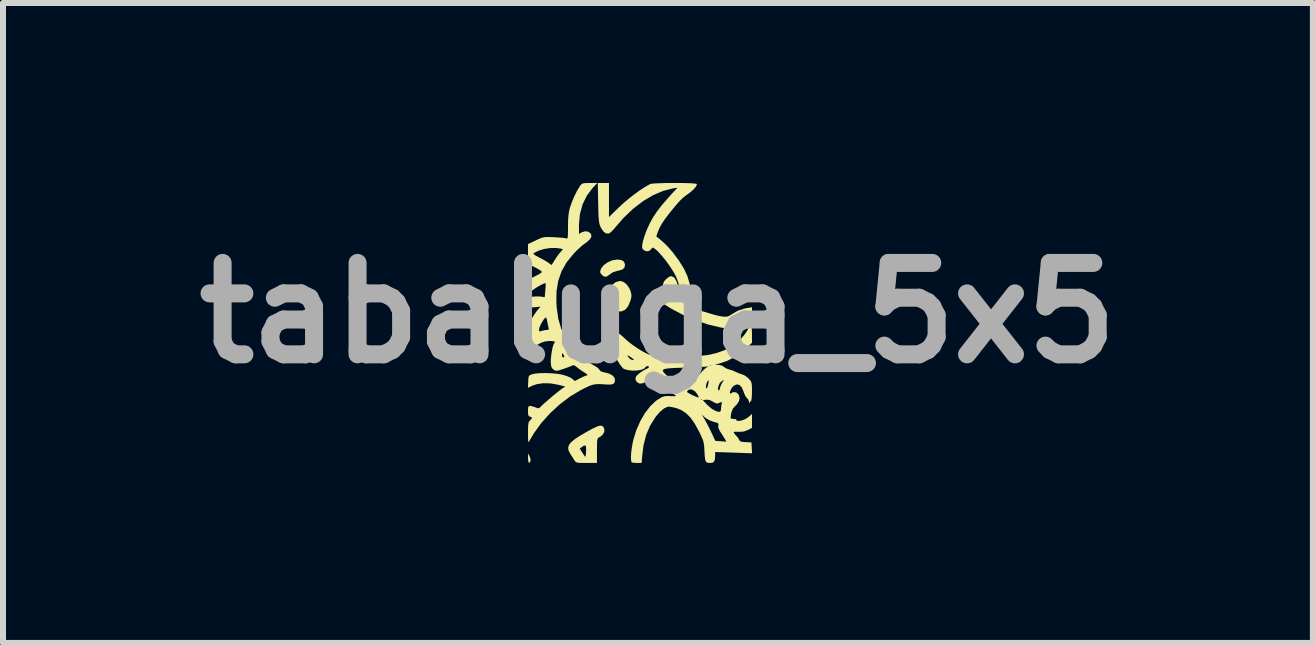
<source format=kicad_pcb>
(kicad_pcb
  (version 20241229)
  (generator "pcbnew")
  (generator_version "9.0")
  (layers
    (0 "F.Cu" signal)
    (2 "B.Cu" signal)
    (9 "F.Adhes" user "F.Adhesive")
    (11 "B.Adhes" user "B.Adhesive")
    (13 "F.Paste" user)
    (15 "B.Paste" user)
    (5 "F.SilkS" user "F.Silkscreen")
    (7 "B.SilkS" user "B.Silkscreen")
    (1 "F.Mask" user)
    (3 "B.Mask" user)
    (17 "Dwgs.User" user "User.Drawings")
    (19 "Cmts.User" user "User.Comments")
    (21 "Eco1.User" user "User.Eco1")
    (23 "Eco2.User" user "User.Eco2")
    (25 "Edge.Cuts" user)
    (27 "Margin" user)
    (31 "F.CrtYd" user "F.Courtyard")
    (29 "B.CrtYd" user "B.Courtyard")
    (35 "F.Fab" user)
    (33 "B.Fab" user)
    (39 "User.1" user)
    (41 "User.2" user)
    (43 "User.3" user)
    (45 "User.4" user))
  (footprint "tabaluga_5x5"
    (layer "F.Cu")
    (at 7.918 2.167)
    (property "Reference" "tabaluga_5x5" (at 0 0 0) (layer "F.Fab") (effects (font (size 1.524 1.524) (thickness 0.3))))
    (attr board_only exclude_from_pos_files exclude_from_bom)
    (fp_poly (pts (xy 1.267 0.275) (xy 1.258 0.283) (xy 1.25 0.275) (xy 1.258 0.267)) (stroke (width 0) (type solid)) (fill yes) (layer "F.SilkS"))
    (fp_poly (pts (xy -2.14 2.388) (xy -2.125 2.431) (xy -2.125 2.467) (xy -2.14 2.497) (xy -2.153 2.496) (xy -2.163 2.468) (xy -2.166 2.421) (xy -2.165 2.342)) (stroke (width 0) (type solid)) (fill yes) (layer "F.SilkS"))
    (fp_poly (pts (xy -0.613 -0.883) (xy -0.569 -0.858) (xy -0.551 -0.814) (xy -0.55 -0.8) (xy -0.56 -0.755) (xy -0.592 -0.725) (xy -0.65 -0.707) (xy -0.67 -0.704) (xy -0.75 -0.679) (xy -0.796 -0.648) (xy -0.845 -0.612) (xy -0.882 -0.603) (xy -0.917 -0.619) (xy -0.933 -0.633) (xy -0.959 -0.665) (xy -0.964 -0.694) (xy -0.949 -0.735) (xy -0.942 -0.75) (xy -0.899 -0.802) (xy -0.835 -0.846) (xy -0.76 -0.878) (xy -0.684 -0.89) (xy -0.684 -0.891)) (stroke (width 0) (type solid)) (fill yes) (layer "F.SilkS"))
    (fp_poly (pts (xy -0.575 -0.518) (xy -0.523 -0.477) (xy -0.48 -0.416) (xy -0.459 -0.37) (xy -0.445 -0.319) (xy -0.442 -0.279) (xy -0.451 -0.232) (xy -0.459 -0.204) (xy -0.496 -0.115) (xy -0.545 -0.055) (xy -0.605 -0.026) (xy -0.673 -0.027) (xy -0.711 -0.04) (xy -0.764 -0.079) (xy -0.801 -0.141) (xy -0.824 -0.231) (xy -0.825 -0.238) (xy -0.826 -0.325) (xy -0.803 -0.404) (xy -0.762 -0.469) (xy -0.705 -0.514) (xy -0.638 -0.533) (xy -0.628 -0.533)) (stroke (width 0) (type solid)) (fill yes) (layer "F.SilkS"))
    (fp_poly (pts (xy -0.939 1.88) (xy -0.916 1.894) (xy -0.898 1.923) (xy -0.897 1.926) (xy -0.892 1.972) (xy -0.914 2.02) (xy -0.957 2.06) (xy -0.976 2.07) (xy -0.993 2.079) (xy -1.004 2.092) (xy -1.011 2.114) (xy -1.015 2.151) (xy -1.016 2.211) (xy -1.017 2.294) (xy -1.017 2.5) (xy -1.191 2.5) (xy -1.269 2.5) (xy -1.321 2.498) (xy -1.353 2.492) (xy -1.373 2.482) (xy -1.386 2.466) (xy -1.394 2.454) (xy -1.422 2.409) (xy -1.455 2.358) (xy -1.461 2.349) (xy -1.488 2.298) (xy -1.496 2.261) (xy -1.304 2.261) (xy -1.259 2.332) (xy -1.233 2.371) (xy -1.214 2.395) (xy -1.209 2.397) (xy -1.205 2.379) (xy -1.2 2.338) (xy -1.198 2.301) (xy -1.198 2.241) (xy -1.208 2.212) (xy -1.229 2.209) (xy -1.264 2.231) (xy -1.304 2.261) (xy -1.496 2.261) (xy -1.498 2.252) (xy -1.487 2.207) (xy -1.454 2.161) (xy -1.397 2.111) (xy -1.313 2.054) (xy -1.201 1.989) (xy -1.179 1.976) (xy -1.088 1.927) (xy -1.021 1.895) (xy -0.973 1.879)) (stroke (width 0) (type solid)) (fill yes) (layer "F.SilkS"))
    (fp_poly (pts (xy 0.412 -2.166) (xy 0.499 -2.164) (xy 0.57 -2.161) (xy 0.622 -2.156) (xy 0.648 -2.151) (xy 0.65 -2.149) (xy 0.636 -2.11) (xy 0.596 -2.062) (xy 0.536 -2.009) (xy 0.501 -1.984) (xy 0.457 -1.952) (xy 0.418 -1.921) (xy 0.379 -1.884) (xy 0.336 -1.838) (xy 0.283 -1.776) (xy 0.216 -1.695) (xy 0.194 -1.667) (xy 0.12 -1.571) (xy 0.065 -1.489) (xy 0.024 -1.414) (xy -0.007 -1.337) (xy -0.008 -1.335) (xy -0.028 -1.276) (xy 0.061 -1.204) (xy 0.116 -1.154) (xy 0.178 -1.09) (xy 0.235 -1.025) (xy 0.241 -1.018) (xy 0.349 -0.873) (xy 0.432 -0.74) (xy 0.491 -0.614) (xy 0.528 -0.488) (xy 0.546 -0.359) (xy 0.549 -0.254) (xy 0.545 -0.094) (xy 0.76 -0.023) (xy 0.849 0.004) (xy 0.935 0.029) (xy 1.01 0.048) (xy 1.063 0.058) (xy 1.067 0.058) (xy 1.124 0.063) (xy 1.164 0.058) (xy 1.203 0.039) (xy 1.225 0.024) (xy 1.331 -0.037) (xy 1.439 -0.073) (xy 1.486 -0.082) (xy 1.567 -0.095) (xy 1.567 0.001) (xy 1.565 0.055) (xy 1.56 0.083) (xy 1.548 0.091) (xy 1.537 0.089) (xy 1.5 0.092) (xy 1.443 0.113) (xy 1.374 0.147) (xy 1.3 0.193) (xy 1.277 0.209) (xy 1.231 0.24) (xy 1.194 0.26) (xy 1.177 0.264) (xy 1.152 0.261) (xy 1.105 0.252) (xy 1.044 0.241) (xy 1.042 0.241) (xy 0.836 0.192) (xy 0.622 0.12) (xy 0.412 0.029) (xy 0.216 -0.075) (xy 0.104 -0.146) (xy 0.026 -0.206) (xy -0.009 -0.242) (xy 0.283 -0.242) (xy 0.292 -0.233) (xy 0.3 -0.242) (xy 0.292 -0.25) (xy 0.283 -0.242) (xy -0.009 -0.242) (xy -0.023 -0.256) (xy -0.044 -0.3) (xy -0.042 -0.333) (xy -0.016 -0.371) (xy 0.027 -0.394) (xy 0.064 -0.396) (xy 0.082 -0.397) (xy 0.088 -0.417) (xy 0.086 -0.449) (xy 0.087 -0.493) (xy 0.104 -0.529) (xy 0.135 -0.563) (xy 0.184 -0.603) (xy 0.223 -0.614) (xy 0.26 -0.597) (xy 0.279 -0.579) (xy 0.306 -0.534) (xy 0.327 -0.469) (xy 0.341 -0.394) (xy 0.345 -0.324) (xy 0.337 -0.27) (xy 0.328 -0.232) (xy 0.335 -0.214) (xy 0.341 -0.211) (xy 0.357 -0.218) (xy 0.369 -0.256) (xy 0.373 -0.277) (xy 0.372 -0.361) (xy 0.353 -0.462) (xy 0.317 -0.569) (xy 0.292 -0.625) (xy 0.251 -0.698) (xy 0.195 -0.783) (xy 0.131 -0.872) (xy 0.065 -0.953) (xy 0.005 -1.019) (xy -0.016 -1.04) (xy -0.058 -1.075) (xy -0.082 -1.089) (xy -0.097 -1.086) (xy -0.103 -1.077) (xy -0.14 -1.037) (xy -0.187 -1.027) (xy -0.228 -1.042) (xy -0.254 -1.063) (xy -0.264 -1.088) (xy -0.263 -1.129) (xy -0.261 -1.148) (xy -0.25 -1.197) (xy -0.23 -1.265) (xy -0.203 -1.343) (xy -0.185 -1.388) (xy -0.138 -1.492) (xy -0.084 -1.59) (xy -0.019 -1.689) (xy 0.063 -1.795) (xy 0.164 -1.912) (xy 0.225 -1.98) (xy 0.325 -2.088) (xy 0.256 -2.078) (xy 0.09 -2.036) (xy -0.08 -1.964) (xy -0.249 -1.864) (xy -0.414 -1.737) (xy -0.572 -1.587) (xy -0.694 -1.447) (xy -0.738 -1.395) (xy -0.779 -1.353) (xy -0.81 -1.328) (xy -0.816 -1.325) (xy -0.865 -1.326) (xy -0.91 -1.359) (xy -0.952 -1.422) (xy -0.955 -1.431) (xy -0.968 -1.461) (xy -0.977 -1.493) (xy -0.984 -1.533) (xy -0.989 -1.586) (xy -0.993 -1.658) (xy -0.995 -1.753) (xy -0.997 -1.837) (xy -1.003 -2.167) (xy -0.817 -2.167) (xy -0.817 -1.599) (xy -0.654 -1.758) (xy -0.579 -1.828) (xy -0.492 -1.901) (xy -0.401 -1.973) (xy -0.31 -2.039) (xy -0.227 -2.094) (xy -0.158 -2.134) (xy -0.124 -2.151) (xy -0.094 -2.156) (xy -0.039 -2.16) (xy 0.035 -2.163) (xy 0.123 -2.166) (xy 0.219 -2.167) (xy 0.317 -2.167)) (stroke (width 0) (type solid)) (fill yes) (layer "F.SilkS"))
    (fp_poly (pts (xy -1.088 -2.085) (xy -1.185 -1.957) (xy -1.257 -1.81) (xy -1.301 -1.648) (xy -1.317 -1.474) (xy -1.317 -1.469) (xy -1.317 -1.318) (xy -1.27 -1.345) (xy -1.214 -1.362) (xy -1.161 -1.355) (xy -1.121 -1.324) (xy -1.116 -1.315) (xy -1.109 -1.274) (xy -1.133 -1.23) (xy -1.187 -1.18) (xy -1.222 -1.156) (xy -1.266 -1.122) (xy -1.323 -1.071) (xy -1.383 -1.012) (xy -1.412 -0.981) (xy -1.524 -0.842) (xy -1.607 -0.695) (xy -1.662 -0.537) (xy -1.691 -0.364) (xy -1.694 -0.173) (xy -1.688 -0.086) (xy -1.661 0.1) (xy -1.612 0.266) (xy -1.539 0.42) (xy -1.439 0.569) (xy -1.407 0.609) (xy -1.343 0.676) (xy -1.259 0.748) (xy -1.166 0.815) (xy -1.077 0.87) (xy -1.064 0.876) (xy -1.017 0.905) (xy -0.984 0.934) (xy -0.976 0.948) (xy -0.953 0.973) (xy -0.904 0.989) (xy -0.895 0.99) (xy -0.814 1.011) (xy -0.755 1.044) (xy -0.722 1.086) (xy -0.717 1.114) (xy -0.721 1.153) (xy -0.738 1.178) (xy -0.771 1.191) (xy -0.828 1.194) (xy -0.906 1.189) (xy -0.977 1.185) (xy -1.034 1.187) (xy -1.086 1.196) (xy -1.143 1.216) (xy -1.212 1.248) (xy -1.288 1.286) (xy -1.463 1.391) (xy -1.635 1.521) (xy -1.797 1.67) (xy -1.943 1.832) (xy -2.066 2.001) (xy -2.139 2.125) (xy -2.151 2.146) (xy -2.158 2.151) (xy -2.163 2.138) (xy -2.165 2.102) (xy -2.166 2.039) (xy -2.166 1.998) (xy -2.166 1.918) (xy -2.163 1.864) (xy -2.157 1.829) (xy -2.147 1.806) (xy -2.133 1.792) (xy -2.109 1.765) (xy -2.1 1.749) (xy -2.114 1.736) (xy -2.133 1.729) (xy -2.154 1.718) (xy -2.164 1.693) (xy -2.167 1.646) (xy -2.167 1.635) (xy -2.165 1.584) (xy -2.158 1.559) (xy -2.142 1.55) (xy -2.133 1.55) (xy -2.095 1.556) (xy -2.047 1.572) (xy -2.042 1.574) (xy -2.003 1.588) (xy -1.979 1.585) (xy -1.956 1.564) (xy -1.955 1.563) (xy -1.926 1.534) (xy -1.877 1.49) (xy -1.816 1.437) (xy -1.751 1.382) (xy -1.688 1.33) (xy -1.633 1.287) (xy -1.596 1.259) (xy -1.594 1.258) (xy -1.545 1.227) (xy -1.669 1.195) (xy -1.791 1.174) (xy -1.912 1.171) (xy -2.021 1.187) (xy -2.097 1.213) (xy -2.168 1.248) (xy -2.163 1.145) (xy -2.16 1.088) (xy -2.153 1.055) (xy -2.137 1.037) (xy -2.109 1.025) (xy -2.1 1.022) (xy -2.042 1.01) (xy -1.96 1.003) (xy -1.864 1.002) (xy -1.765 1.006) (xy -1.671 1.015) (xy -1.601 1.027) (xy -1.526 1.049) (xy -1.463 1.075) (xy -1.434 1.094) (xy -1.386 1.134) (xy -1.312 1.095) (xy -1.26 1.069) (xy -1.214 1.05) (xy -1.198 1.045) (xy -1.178 1.038) (xy -1.177 1.028) (xy -1.198 1.01) (xy -1.242 0.982) (xy -1.295 0.947) (xy -1.342 0.912) (xy -1.363 0.895) (xy -1.397 0.871) (xy -1.425 0.874) (xy -1.43 0.876) (xy -1.459 0.89) (xy -1.51 0.909) (xy -1.571 0.931) (xy -1.577 0.933) (xy -1.639 0.953) (xy -1.678 0.962) (xy -1.705 0.962) (xy -1.727 0.953) (xy -1.739 0.945) (xy -1.765 0.922) (xy -1.78 0.889) (xy -1.786 0.836) (xy -1.787 0.829) (xy -1.786 0.771) (xy -1.779 0.705) (xy -1.6 0.705) (xy -1.595 0.736) (xy -1.577 0.74) (xy -1.575 0.739) (xy -1.558 0.726) (xy -1.569 0.704) (xy -1.57 0.702) (xy -1.589 0.677) (xy -1.595 0.668) (xy -1.599 0.677) (xy -1.6 0.705) (xy -1.779 0.705) (xy -1.779 0.702) (xy -1.768 0.631) (xy -1.755 0.569) (xy -1.74 0.524) (xy -1.732 0.509) (xy -1.718 0.487) (xy -1.73 0.473) (xy -1.771 0.467) (xy -1.805 0.467) (xy -1.879 0.474) (xy -1.952 0.498) (xy -2.033 0.543) (xy -2.043 0.549) (xy -2.092 0.563) (xy -2.122 0.56) (xy -2.167 0.549) (xy -2.167 0.275) (xy -1.983 0.275) (xy -1.98 0.303) (xy -1.963 0.307) (xy -1.941 0.3) (xy -1.891 0.287) (xy -1.855 0.283) (xy -1.825 0.279) (xy -1.82 0.26) (xy -1.824 0.246) (xy -1.834 0.204) (xy -1.844 0.151) (xy -1.845 0.145) (xy -1.854 0.103) (xy -1.865 0.077) (xy -1.867 0.075) (xy -1.883 0.082) (xy -1.907 0.112) (xy -1.934 0.155) (xy -1.959 0.202) (xy -1.977 0.246) (xy -1.983 0.275) (xy -2.167 0.275) (xy -2.167 0.189) (xy -2.098 0.082) (xy -2.06 0.024) (xy -2.023 -0.029) (xy -1.995 -0.064) (xy -1.994 -0.065) (xy -1.958 -0.105) (xy -2.062 -0.096) (xy -2.167 -0.086) (xy -2.167 -0.262) (xy -2.084 -0.272) (xy -2.022 -0.276) (xy -1.963 -0.274) (xy -1.945 -0.272) (xy -1.888 -0.263) (xy -1.878 -0.376) (xy -1.873 -0.434) (xy -1.872 -0.477) (xy -1.874 -0.496) (xy -1.874 -0.496) (xy -1.893 -0.494) (xy -1.931 -0.477) (xy -1.98 -0.451) (xy -2.033 -0.42) (xy -2.081 -0.387) (xy -2.113 -0.361) (xy -2.168 -0.309) (xy -2.163 -0.433) (xy -2.158 -0.558) (xy -2.037 -0.618) (xy -1.979 -0.648) (xy -1.945 -0.67) (xy -1.938 -0.688) (xy -1.958 -0.709) (xy -2.006 -0.737) (xy -2.062 -0.766) (xy -2.167 -0.82) (xy -2.167 -0.989) (xy -2.078 -0.989) (xy -2.066 -0.975) (xy -2.031 -0.952) (xy -1.981 -0.925) (xy -1.981 -0.925) (xy -1.919 -0.893) (xy -1.862 -0.86) (xy -1.828 -0.838) (xy -1.794 -0.813) (xy -1.775 -0.801) (xy -1.773 -0.8) (xy -1.764 -0.813) (xy -1.743 -0.847) (xy -1.725 -0.876) (xy -1.688 -0.933) (xy -1.647 -0.989) (xy -1.632 -1.007) (xy -1.583 -1.063) (xy -1.621 -1.073) (xy -1.702 -1.084) (xy -1.798 -1.082) (xy -1.896 -1.067) (xy -1.976 -1.043) (xy -2.027 -1.021) (xy -2.064 -1.001) (xy -2.078 -0.989) (xy -2.167 -0.989) (xy -2.167 -1.148) (xy -2.038 -1.209) (xy -1.98 -1.236) (xy -1.936 -1.254) (xy -1.895 -1.263) (xy -1.848 -1.266) (xy -1.783 -1.265) (xy -1.734 -1.263) (xy -1.658 -1.258) (xy -1.593 -1.253) (xy -1.546 -1.247) (xy -1.529 -1.243) (xy -1.517 -1.24) (xy -1.509 -1.247) (xy -1.504 -1.269) (xy -1.501 -1.312) (xy -1.5 -1.38) (xy -1.5 -1.436) (xy -1.498 -1.55) (xy -1.491 -1.639) (xy -1.478 -1.714) (xy -1.469 -1.75) (xy -1.436 -1.846) (xy -1.393 -1.948) (xy -1.346 -2.042) (xy -1.301 -2.115) (xy -1.281 -2.141) (xy -1.26 -2.157) (xy -1.229 -2.164) (xy -1.179 -2.166) (xy -1.138 -2.167) (xy -1.012 -2.167)) (stroke (width 0) (type solid)) (fill yes) (layer "F.SilkS"))
    (fp_poly (pts (xy 1.555 0.218) (xy 1.563 0.26) (xy 1.567 0.335) (xy 1.567 0.349) (xy 1.567 0.496) (xy 1.45 0.606) (xy 1.308 0.718) (xy 1.152 0.8) (xy 1.025 0.842) (xy 0.942 0.864) (xy 1.004 0.865) (xy 1.062 0.876) (xy 1.098 0.898) (xy 1.137 0.924) (xy 1.186 0.942) (xy 1.24 0.958) (xy 1.296 0.982) (xy 1.3 0.984) (xy 1.353 1.007) (xy 1.403 1.024) (xy 1.407 1.025) (xy 1.449 1.044) (xy 1.495 1.078) (xy 1.512 1.094) (xy 1.537 1.122) (xy 1.553 1.148) (xy 1.562 1.178) (xy 1.566 1.223) (xy 1.567 1.29) (xy 1.567 1.31) (xy 1.565 1.377) (xy 1.561 1.43) (xy 1.555 1.462) (xy 1.551 1.467) (xy 1.535 1.48) (xy 1.528 1.496) (xy 1.522 1.508) (xy 1.519 1.487) (xy 1.519 1.483) (xy 1.505 1.443) (xy 1.485 1.421) (xy 1.463 1.395) (xy 1.44 1.348) (xy 1.426 1.308) (xy 1.396 1.239) (xy 1.357 1.199) (xy 1.312 1.191) (xy 1.264 1.213) (xy 1.233 1.246) (xy 1.213 1.279) (xy 1.202 1.312) (xy 1.199 1.337) (xy 1.207 1.345) (xy 1.22 1.337) (xy 1.26 1.318) (xy 1.304 1.325) (xy 1.341 1.356) (xy 1.343 1.358) (xy 1.361 1.414) (xy 1.349 1.473) (xy 1.309 1.531) (xy 1.292 1.546) (xy 1.247 1.597) (xy 1.222 1.665) (xy 1.221 1.67) (xy 1.213 1.718) (xy 1.211 1.75) (xy 1.213 1.758) (xy 1.235 1.764) (xy 1.27 1.767) (xy 1.302 1.771) (xy 1.308 1.783) (xy 1.312 1.796) (xy 1.339 1.8) (xy 1.38 1.795) (xy 1.426 1.782) (xy 1.438 1.777) (xy 1.488 1.75) (xy 1.529 1.718) (xy 1.567 1.682) (xy 1.567 1.916) (xy 1.498 1.951) (xy 1.431 1.976) (xy 1.357 1.981) (xy 1.341 1.981) (xy 1.291 1.979) (xy 1.267 1.982) (xy 1.264 1.993) (xy 1.267 2.001) (xy 1.292 2.034) (xy 1.309 2.051) (xy 1.338 2.085) (xy 1.351 2.111) (xy 1.364 2.133) (xy 1.388 2.145) (xy 1.433 2.152) (xy 1.462 2.153) (xy 1.558 2.158) (xy 1.563 2.248) (xy 1.569 2.339) (xy 1.261 2.328) (xy 0.953 2.318) (xy 0.953 2.374) (xy 0.949 2.439) (xy 0.935 2.478) (xy 0.906 2.496) (xy 0.867 2.5) (xy 0.832 2.498) (xy 0.808 2.488) (xy 0.793 2.466) (xy 0.783 2.424) (xy 0.778 2.359) (xy 0.774 2.292) (xy 0.77 2.224) (xy 0.763 2.171) (xy 0.751 2.123) (xy 0.729 2.07) (xy 0.696 2) (xy 0.683 1.973) (xy 0.612 1.844) (xy 0.541 1.743) (xy 0.489 1.692) (xy 0.726 1.692) (xy 0.764 1.75) (xy 0.788 1.79) (xy 0.82 1.851) (xy 0.857 1.923) (xy 0.88 1.97) (xy 0.956 2.132) (xy 1.041 2.138) (xy 1.091 2.142) (xy 1.128 2.145) (xy 1.138 2.147) (xy 1.135 2.136) (xy 1.117 2.103) (xy 1.087 2.055) (xy 1.073 2.034) (xy 1.032 1.969) (xy 1.01 1.923) (xy 1.004 1.89) (xy 1.006 1.877) (xy 1.009 1.853) (xy 0.999 1.837) (xy 0.967 1.825) (xy 0.931 1.816) (xy 0.86 1.79) (xy 0.796 1.752) (xy 0.786 1.744) (xy 0.726 1.692) (xy 0.489 1.692) (xy 0.466 1.669) (xy 0.385 1.617) (xy 0.312 1.588) (xy 0.25 1.572) (xy 0.196 1.563) (xy 0.162 1.563) (xy 0.162 1.563) (xy 0.102 1.591) (xy 0.036 1.645) (xy -0.029 1.719) (xy -0.044 1.739) (xy -0.133 1.882) (xy -0.197 2.034) (xy -0.24 2.2) (xy -0.262 2.371) (xy -0.272 2.5) (xy -0.35 2.5) (xy -0.398 2.498) (xy -0.432 2.492) (xy -0.439 2.489) (xy -0.448 2.461) (xy -0.451 2.408) (xy -0.447 2.336) (xy -0.437 2.253) (xy -0.422 2.166) (xy -0.409 2.108) (xy -0.36 1.952) (xy -0.295 1.803) (xy -0.217 1.669) (xy -0.129 1.555) (xy -0.035 1.466) (xy -0.018 1.454) (xy 0.747 1.454) (xy 0.819 1.529) (xy 0.894 1.595) (xy 0.964 1.636) (xy 1.021 1.649) (xy 1.044 1.639) (xy 1.05 1.604) (xy 1.055 1.553) (xy 1.061 1.518) (xy 1.067 1.495) (xy 1.061 1.486) (xy 1.039 1.491) (xy 0.993 1.51) (xy 0.991 1.511) (xy 0.967 1.506) (xy 0.929 1.487) (xy 0.914 1.478) (xy 0.857 1.449) (xy 0.802 1.446) (xy 0.801 1.446) (xy 0.747 1.454) (xy -0.018 1.454) (xy -0.000164 1.442) (xy 0.717 1.442) (xy 0.725 1.45) (xy 0.733 1.442) (xy 0.725 1.433) (xy 0.717 1.442) (xy -0.000164 1.442) (xy 0.012 1.434) (xy 0.064 1.404) (xy 0.106 1.389) (xy 0.155 1.384) (xy 0.207 1.386) (xy 0.26 1.388) (xy 0.294 1.386) (xy 0.303 1.382) (xy 0.303 1.382) (xy 0.285 1.368) (xy 0.247 1.341) (xy 0.212 1.316) (xy 0.483 1.316) (xy 0.497 1.328) (xy 0.531 1.348) (xy 0.577 1.371) (xy 0.623 1.392) (xy 0.66 1.406) (xy 0.679 1.41) (xy 0.679 1.41) (xy 0.675 1.393) (xy 0.659 1.36) (xy 0.655 1.353) (xy 0.618 1.307) (xy 0.574 1.279) (xy 0.531 1.273) (xy 0.508 1.283) (xy 0.487 1.306) (xy 0.483 1.316) (xy 0.212 1.316) (xy 0.2 1.308) (xy 0.147 1.269) (xy 1 1.269) (xy 1.007 1.291) (xy 1.017 1.292) (xy 1.031 1.268) (xy 1.033 1.253) (xy 1.042 1.221) (xy 1.062 1.178) (xy 1.067 1.17) (xy 1.1 1.115) (xy 1.066 1.134) (xy 1.03 1.169) (xy 1.006 1.224) (xy 1 1.269) (xy 0.147 1.269) (xy 0.137 1.262) (xy 0.088 1.223) (xy 0.8 1.223) (xy 0.804 1.255) (xy 0.813 1.258) (xy 0.825 1.236) (xy 0.837 1.192) (xy 0.84 1.175) (xy 0.846 1.134) (xy 0.843 1.122) (xy 0.831 1.133) (xy 0.825 1.141) (xy 0.807 1.181) (xy 0.8 1.223) (xy 0.088 1.223) (xy 0.072 1.211) (xy 0.035 1.18) (xy -0.025 1.133) (xy -0.073 1.11) (xy -0.118 1.109) (xy -0.17 1.13) (xy -0.191 1.142) (xy -0.254 1.172) (xy -0.302 1.178) (xy -0.308 1.177) (xy -0.352 1.152) (xy -0.374 1.111) (xy -0.371 1.069) (xy -0.348 1.039) (xy -0.305 1.001) (xy -0.252 0.965) (xy -0.227 0.951) (xy 0.082 0.951) (xy 0.082 0.971) (xy 0.101 0.998) (xy 0.137 1.033) (xy 0.153 1.048) (xy 0.206 1.094) (xy 0.257 1.135) (xy 0.29 1.161) (xy 0.342 1.196) (xy 0.396 1.148) (xy 0.438 1.117) (xy 0.482 1.103) (xy 0.538 1.1) (xy 0.584 1.098) (xy 0.616 1.091) (xy 0.645 1.072) (xy 0.681 1.036) (xy 0.706 1.007) (xy 0.751 0.959) (xy 0.793 0.92) (xy 0.822 0.899) (xy 0.823 0.898) (xy 0.845 0.888) (xy 0.837 0.888) (xy 0.817 0.892) (xy 0.788 0.896) (xy 0.731 0.899) (xy 0.653 0.903) (xy 0.559 0.907) (xy 0.455 0.911) (xy 0.442 0.911) (xy 0.313 0.915) (xy 0.215 0.92) (xy 0.145 0.927) (xy 0.102 0.937) (xy 0.082 0.951) (xy -0.227 0.951) (xy -0.199 0.936) (xy -0.189 0.932) (xy -0.159 0.915) (xy -0.15 0.9) (xy -0.161 0.885) (xy -0.186 0.886) (xy -0.207 0.901) (xy -0.21 0.908) (xy -0.236 0.932) (xy -0.286 0.949) (xy -0.351 0.959) (xy -0.424 0.961) (xy -0.496 0.953) (xy -0.558 0.937) (xy -0.571 0.932) (xy -0.596 0.908) (xy -0.622 0.875) (xy 0.867 0.875) (xy 0.875 0.883) (xy 0.883 0.875) (xy 0.875 0.867) (xy 0.867 0.875) (xy -0.622 0.875) (xy -0.631 0.863) (xy -0.67 0.802) (xy -0.708 0.734) (xy -0.719 0.713) (xy -0.508 0.713) (xy -0.491 0.74) (xy -0.459 0.772) (xy -0.427 0.783) (xy -0.403 0.781) (xy -0.405 0.772) (xy -0.425 0.757) (xy -0.464 0.729) (xy -0.489 0.714) (xy -0.508 0.705) (xy -0.508 0.713) (xy -0.719 0.713) (xy -0.742 0.668) (xy -0.766 0.611) (xy -0.774 0.582) (xy -0.788 0.527) (xy -0.803 0.479) (xy -0.813 0.415) (xy -0.793 0.358) (xy -0.758 0.323) (xy -0.727 0.306) (xy -0.701 0.308) (xy -0.671 0.326) (xy -0.636 0.353) (xy -0.587 0.394) (xy -0.537 0.44) (xy -0.479 0.49) (xy -0.409 0.543) (xy -0.333 0.594) (xy -0.258 0.64) (xy -0.191 0.675) (xy -0.139 0.696) (xy -0.116 0.7) (xy -0.07 0.705) (xy -0.015 0.719) (xy -0.006 0.722) (xy 0.037 0.729) (xy 0.107 0.734) (xy 0.197 0.736) (xy 0.302 0.735) (xy 0.416 0.732) (xy 0.531 0.727) (xy 0.642 0.72) (xy 0.743 0.711) (xy 0.827 0.701) (xy 0.872 0.693) (xy 0.984 0.665) (xy 1.093 0.627) (xy 1.19 0.584) (xy 1.258 0.545) (xy 1.318 0.496) (xy 1.38 0.435) (xy 1.437 0.369) (xy 1.48 0.309) (xy 1.494 0.283) (xy 1.521 0.23) (xy 1.541 0.208)) (stroke (width 0) (type solid)) (fill yes) (layer "F.SilkS")))
  (gr_rect
    (start -3 -3)
    (end 18.835 7.667)
    (stroke (width 0.1) (type default))
    (fill no)
    (layer "Edge.Cuts")))
</source>
